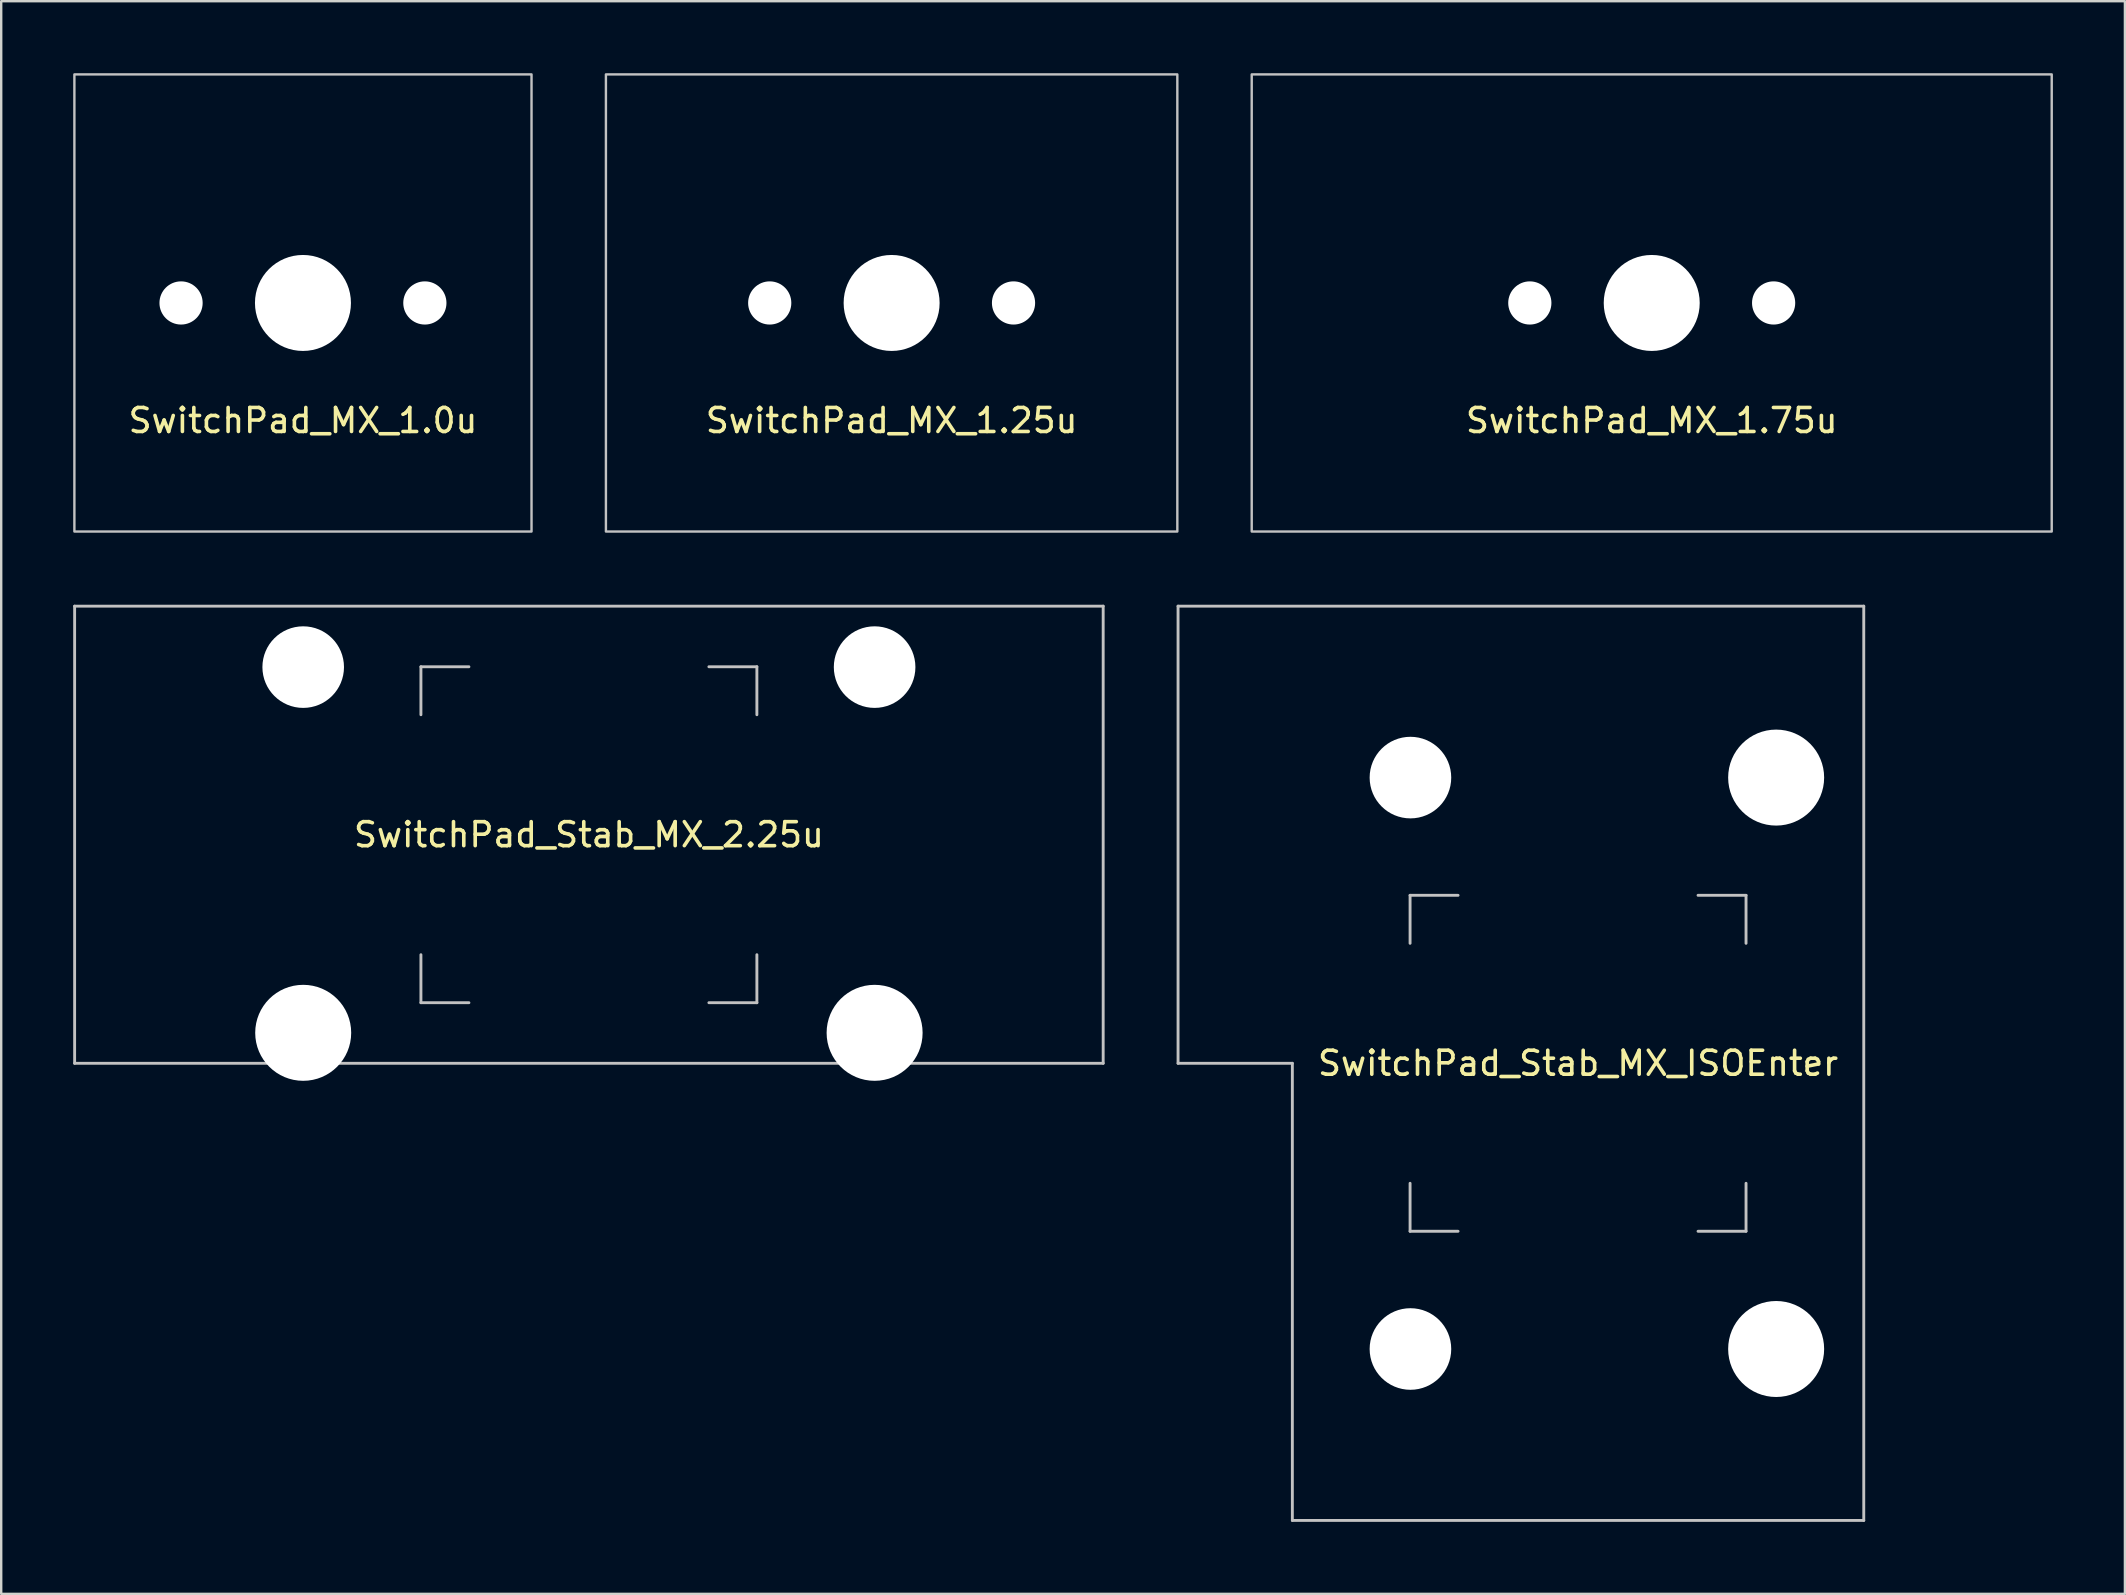
<source format=kicad_pcb>
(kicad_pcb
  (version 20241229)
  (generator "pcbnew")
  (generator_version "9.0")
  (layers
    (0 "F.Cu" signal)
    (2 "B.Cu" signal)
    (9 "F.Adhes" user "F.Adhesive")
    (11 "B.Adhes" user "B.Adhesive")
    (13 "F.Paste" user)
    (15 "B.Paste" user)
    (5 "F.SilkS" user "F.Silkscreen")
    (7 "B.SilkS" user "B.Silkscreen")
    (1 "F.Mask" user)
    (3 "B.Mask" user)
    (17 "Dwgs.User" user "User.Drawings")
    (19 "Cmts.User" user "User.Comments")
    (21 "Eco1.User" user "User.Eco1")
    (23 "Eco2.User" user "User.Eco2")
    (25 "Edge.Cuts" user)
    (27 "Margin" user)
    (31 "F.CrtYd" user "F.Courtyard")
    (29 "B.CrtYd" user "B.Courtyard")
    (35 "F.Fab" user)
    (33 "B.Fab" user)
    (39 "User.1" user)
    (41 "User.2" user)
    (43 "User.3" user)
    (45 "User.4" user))
  (footprint "SwitchPad_MX_1.75u"
    (layer "F.Cu")
    (at 65.781 9.575)
    (property "Reference" "SwitchPad_MX_1.75u" (at 0 4.9 0) (layer "F.SilkS") (effects (font (size 1 1) (thickness 0.15))))
    (attr smd)
    (fp_rect (start -16.669 -9.525) (end 16.669 9.525) (stroke (width 0.1) (type default)) (fill no) (layer "Dwgs.User"))
    (pad "" np_thru_hole circle (at -5.08 0) (size 1.8 1.8) (drill 1.8) (layers "*.Cu" "*.Mask"))
    (pad "" np_thru_hole circle (at 0 0) (size 4 4) (drill 4) (layers "*.Cu" "*.Mask"))
    (pad "" np_thru_hole circle (at 5.08 0) (size 1.8 1.8) (drill 1.8) (layers "*.Cu" "*.Mask")))
  (footprint "SwitchPad_Stab_MX_ISOEnter"
    (layer "F.Cu")
    (at 62.711 41.26)
    (property "Reference" "SwitchPad_Stab_MX_ISOEnter" (at 0 0 180) (layer "F.SilkS") (effects (font (size 1 1) (thickness 0.15))))
    (attr through_hole exclude_from_pos_files exclude_from_bom)
    (fp_line (start -16.669 -19.05) (end -16.669 0) (stroke (width 0.12) (type solid)) (layer "Dwgs.User"))
    (fp_line (start -16.669 0) (end -11.906 0) (stroke (width 0.12) (type solid)) (layer "Dwgs.User"))
    (fp_line (start -11.906 0) (end -11.906 19.05) (stroke (width 0.12) (type solid)) (layer "Dwgs.User"))
    (fp_line (start -11.906 19.05) (end 11.906 19.05) (stroke (width 0.12) (type solid)) (layer "Dwgs.User"))
    (fp_line (start -7 -7) (end -5 -7) (stroke (width 0.12) (type solid)) (layer "Dwgs.User"))
    (fp_line (start -7 -5) (end -7 -7) (stroke (width 0.12) (type solid)) (layer "Dwgs.User"))
    (fp_line (start -7 7) (end -7 5) (stroke (width 0.12) (type solid)) (layer "Dwgs.User"))
    (fp_line (start -5 7) (end -7 7) (stroke (width 0.12) (type solid)) (layer "Dwgs.User"))
    (fp_line (start 7 -7) (end 5 -7) (stroke (width 0.12) (type solid)) (layer "Dwgs.User"))
    (fp_line (start 7 -5) (end 7 -7) (stroke (width 0.12) (type solid)) (layer "Dwgs.User"))
    (fp_line (start 7 5) (end 7 7) (stroke (width 0.12) (type solid)) (layer "Dwgs.User"))
    (fp_line (start 7 7) (end 5 7) (stroke (width 0.12) (type solid)) (layer "Dwgs.User"))
    (fp_line (start 11.906 -19.05) (end -16.669 -19.05) (stroke (width 0.12) (type solid)) (layer "Dwgs.User"))
    (fp_line (start 11.906 19.05) (end 11.906 -19.05) (stroke (width 0.12) (type solid)) (layer "Dwgs.User"))
    (pad "" np_thru_hole circle (at -6.985 -11.906 90) (size 3.4 3.4) (drill 3.4) (layers "*.Cu" "*.Mask"))
    (pad "" np_thru_hole circle (at -6.985 11.906 90) (size 3.4 3.4) (drill 3.4) (layers "*.Cu" "*.Mask"))
    (pad "" np_thru_hole circle (at 8.255 -11.906 90) (size 4 4) (drill 4) (layers "*.Cu" "*.Mask"))
    (pad "" np_thru_hole circle (at 8.255 11.906 90) (size 4 4) (drill 4) (layers "*.Cu" "*.Mask")))
  (footprint "SwitchPad_MX_1.0u"
    (layer "F.Cu")
    (at 9.575 9.575)
    (property "Reference" "SwitchPad_MX_1.0u" (at 0 4.9 0) (layer "F.SilkS") (effects (font (size 1 1) (thickness 0.15))))
    (attr smd)
    (fp_rect (start -9.525 -9.525) (end 9.525 9.525) (stroke (width 0.1) (type default)) (fill no) (layer "Dwgs.User"))
    (pad "" np_thru_hole circle (at -5.08 0) (size 1.8 1.8) (drill 1.8) (layers "*.Cu" "*.Mask"))
    (pad "" np_thru_hole circle (at 0 0) (size 4 4) (drill 4) (layers "*.Cu" "*.Mask"))
    (pad "" np_thru_hole circle (at 5.08 0) (size 1.8 1.8) (drill 1.8) (layers "*.Cu" "*.Mask")))
  (footprint "SwitchPad_Stab_MX_2.25u"
    (layer "F.Cu")
    (at 21.491 31.735)
    (property "Reference" "SwitchPad_Stab_MX_2.25u" (at 0 0 0) (layer "F.SilkS") (effects (font (size 1 1) (thickness 0.15))))
    (attr through_hole exclude_from_pos_files exclude_from_bom)
    (fp_line (start -21.431 -9.525) (end -21.431 9.525) (stroke (width 0.12) (type solid)) (layer "Dwgs.User"))
    (fp_line (start -21.431 -9.525) (end 21.431 -9.525) (stroke (width 0.12) (type solid)) (layer "Dwgs.User"))
    (fp_line (start -21.431 9.525) (end 21.431 9.525) (stroke (width 0.12) (type solid)) (layer "Dwgs.User"))
    (fp_line (start -7 -7) (end -5 -7) (stroke (width 0.12) (type solid)) (layer "Dwgs.User"))
    (fp_line (start -7 -5) (end -7 -7) (stroke (width 0.12) (type solid)) (layer "Dwgs.User"))
    (fp_line (start -7 7) (end -7 5) (stroke (width 0.12) (type solid)) (layer "Dwgs.User"))
    (fp_line (start -5 7) (end -7 7) (stroke (width 0.12) (type solid)) (layer "Dwgs.User"))
    (fp_line (start 5 -7) (end 7 -7) (stroke (width 0.12) (type solid)) (layer "Dwgs.User"))
    (fp_line (start 5 7) (end 7 7) (stroke (width 0.12) (type solid)) (layer "Dwgs.User"))
    (fp_line (start 7 -7) (end 7 -5) (stroke (width 0.12) (type solid)) (layer "Dwgs.User"))
    (fp_line (start 7 7) (end 7 5) (stroke (width 0.12) (type solid)) (layer "Dwgs.User"))
    (fp_line (start 21.431 -9.525) (end 21.431 9.525) (stroke (width 0.12) (type solid)) (layer "Dwgs.User"))
    (pad "" np_thru_hole circle (at -11.906 -6.985) (size 3.4 3.4) (drill 3.4) (layers "*.Cu" "*.Mask"))
    (pad "" np_thru_hole circle (at -11.906 8.255) (size 4 4) (drill 4) (layers "*.Cu" "*.Mask"))
    (pad "" np_thru_hole circle (at 11.906 -6.985) (size 3.4 3.4) (drill 3.4) (layers "*.Cu" "*.Mask"))
    (pad "" np_thru_hole circle (at 11.906 8.255) (size 4 4) (drill 4) (layers "*.Cu" "*.Mask")))
  (footprint "SwitchPad_MX_1.25u"
    (layer "F.Cu")
    (at 34.106 9.575)
    (property "Reference" "SwitchPad_MX_1.25u" (at 0 4.9 0) (layer "F.SilkS") (effects (font (size 1 1) (thickness 0.15))))
    (attr smd)
    (fp_rect (start -11.906 -9.525) (end 11.906 9.525) (stroke (width 0.1) (type default)) (fill no) (layer "Dwgs.User"))
    (pad "" np_thru_hole circle (at -5.08 0) (size 1.8 1.8) (drill 1.8) (layers "*.Cu" "*.Mask"))
    (pad "" np_thru_hole circle (at 0 0) (size 4 4) (drill 4) (layers "*.Cu" "*.Mask"))
    (pad "" np_thru_hole circle (at 5.08 0) (size 1.8 1.8) (drill 1.8) (layers "*.Cu" "*.Mask")))
  (gr_rect
    (start -3 -3)
    (end 85.5 63.37)
    (stroke (width 0.1) (type default))
    (fill no)
    (layer "Edge.Cuts")))
</source>
